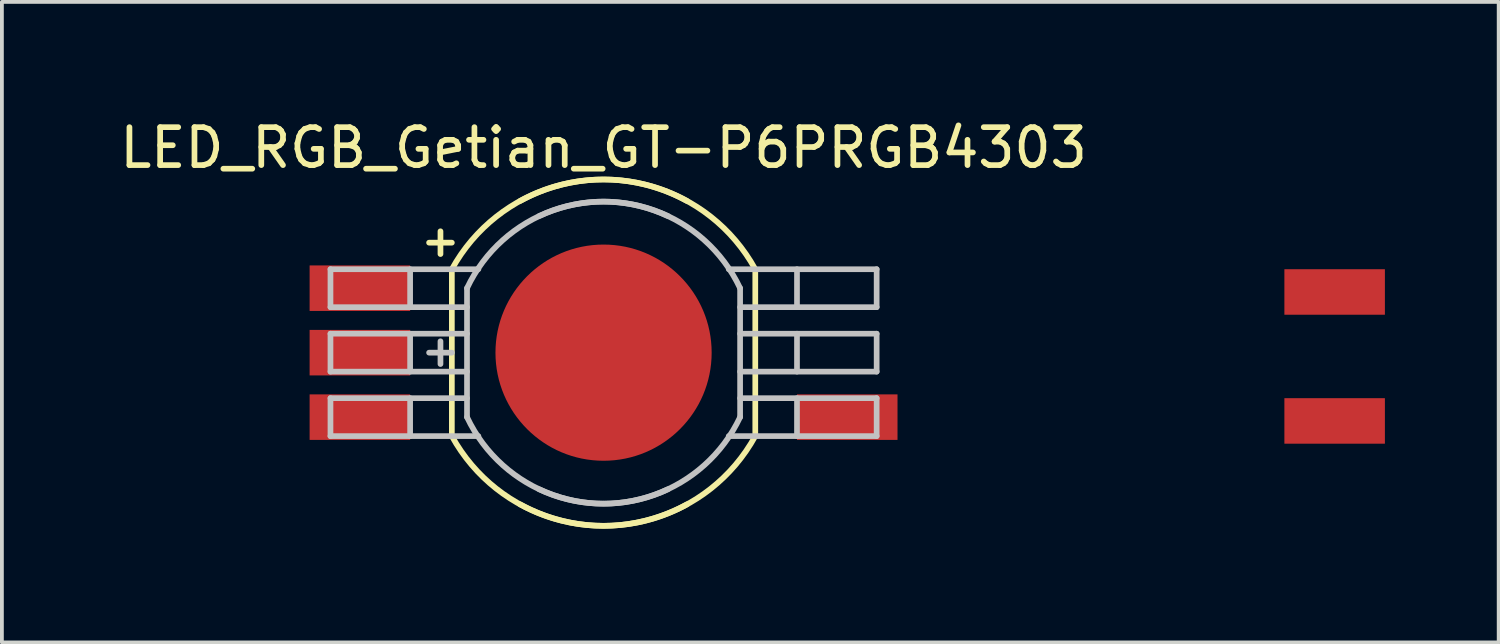
<source format=kicad_pcb>
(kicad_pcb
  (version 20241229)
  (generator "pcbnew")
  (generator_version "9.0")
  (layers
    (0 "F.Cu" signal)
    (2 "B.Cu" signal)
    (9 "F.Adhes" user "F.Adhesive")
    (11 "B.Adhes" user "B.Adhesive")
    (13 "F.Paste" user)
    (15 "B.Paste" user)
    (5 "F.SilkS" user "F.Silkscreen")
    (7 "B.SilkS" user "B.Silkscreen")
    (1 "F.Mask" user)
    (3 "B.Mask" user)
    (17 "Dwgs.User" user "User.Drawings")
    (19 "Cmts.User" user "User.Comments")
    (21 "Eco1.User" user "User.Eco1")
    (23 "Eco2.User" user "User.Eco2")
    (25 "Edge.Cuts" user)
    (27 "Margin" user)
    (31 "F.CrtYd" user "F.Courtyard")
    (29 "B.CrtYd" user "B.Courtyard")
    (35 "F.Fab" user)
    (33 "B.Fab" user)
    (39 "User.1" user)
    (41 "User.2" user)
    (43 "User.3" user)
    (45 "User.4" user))
  (footprint "LED_RGB_Getian_GT-P6PRGB4303"
    (layer "F.Cu")
    (at 12.863 6.248)
    (property "Reference" "LED_RGB_Getian_GT-P6PRGB4303" (at 0 -5.4 0) (layer "F.SilkS") (effects (font (size 1 1) (thickness 0.15))))
    (attr through_hole)
    (fp_line (start -4.3 -2.6) (end -4.3 -3.2) (stroke (width 0.15) (type solid)) (layer "F.SilkS"))
    (fp_line (start -4 -2.9) (end -4.6 -2.9) (stroke (width 0.15) (type solid)) (layer "F.SilkS"))
    (fp_line (start -4 2.2) (end -4 -2.2) (stroke (width 0.15) (type solid)) (layer "F.SilkS"))
    (fp_line (start 4 -2.2) (end 4 2.2) (stroke (width 0.15) (type solid)) (layer "F.SilkS"))
    (fp_arc (start -4 -2.2) (mid -1.272792 -4.384062) (end 2.2 -4) (stroke (width 0.15) (type solid)) (layer "F.SilkS"))
    (fp_arc (start -2.2 -4) (mid 1.272792 -4.384062) (end 4 -2.2) (stroke (width 0.15) (type solid)) (layer "F.SilkS"))
    (fp_arc (start 2.2 4) (mid -1.272792 4.384062) (end -4 2.2) (stroke (width 0.15) (type solid)) (layer "F.SilkS"))
    (fp_arc (start 4 2.2) (mid 1.272792 4.384062) (end -2.2 4) (stroke (width 0.15) (type solid)) (layer "F.SilkS"))
    (fp_line (start -7.2 -2.2) (end -3.3 -2.2) (stroke (width 0.15) (type solid)) (layer "Dwgs.User"))
    (fp_line (start -7.2 -1.2) (end -7.2 -2.2) (stroke (width 0.15) (type solid)) (layer "Dwgs.User"))
    (fp_line (start -7.2 -0.5) (end -7.2 0.5) (stroke (width 0.15) (type solid)) (layer "Dwgs.User"))
    (fp_line (start -7.2 0.5) (end -3.6 0.5) (stroke (width 0.15) (type solid)) (layer "Dwgs.User"))
    (fp_line (start -7.2 1.2) (end -7.2 2.2) (stroke (width 0.15) (type solid)) (layer "Dwgs.User"))
    (fp_line (start -7.2 1.2) (end -3.6 1.2) (stroke (width 0.15) (type solid)) (layer "Dwgs.User"))
    (fp_line (start -7.2 2.2) (end -3.3 2.2) (stroke (width 0.15) (type solid)) (layer "Dwgs.User"))
    (fp_line (start -5.1 -1.2) (end -5.1 -2.2) (stroke (width 0.15) (type solid)) (layer "Dwgs.User"))
    (fp_line (start -5.1 0.5) (end -5.1 -0.5) (stroke (width 0.15) (type solid)) (layer "Dwgs.User"))
    (fp_line (start -5.1 2.2) (end -5.1 1.2) (stroke (width 0.15) (type solid)) (layer "Dwgs.User"))
    (fp_line (start -4.6 0) (end -4 0) (stroke (width 0.15) (type solid)) (layer "Dwgs.User"))
    (fp_line (start -4.3 0.3) (end -4.3 -0.3) (stroke (width 0.15) (type solid)) (layer "Dwgs.User"))
    (fp_line (start -3.6 -1.2) (end -7.2 -1.2) (stroke (width 0.15) (type solid)) (layer "Dwgs.User"))
    (fp_line (start -3.6 -0.5) (end -7.2 -0.5) (stroke (width 0.15) (type solid)) (layer "Dwgs.User"))
    (fp_line (start -3.6 1.7) (end -3.6 -1.7) (stroke (width 0.15) (type solid)) (layer "Dwgs.User"))
    (fp_line (start 3.6 -1.2) (end 7.2 -1.2) (stroke (width 0.15) (type solid)) (layer "Dwgs.User"))
    (fp_line (start 3.6 -0.5) (end 7.2 -0.5) (stroke (width 0.15) (type solid)) (layer "Dwgs.User"))
    (fp_line (start 3.6 1.7) (end 3.6 -1.7) (stroke (width 0.15) (type solid)) (layer "Dwgs.User"))
    (fp_line (start 5.1 -1.2) (end 5.1 -2.2) (stroke (width 0.15) (type solid)) (layer "Dwgs.User"))
    (fp_line (start 5.1 0.5) (end 5.1 -0.5) (stroke (width 0.15) (type solid)) (layer "Dwgs.User"))
    (fp_line (start 5.1 2.2) (end 5.1 1.2) (stroke (width 0.15) (type solid)) (layer "Dwgs.User"))
    (fp_line (start 7.2 -2.2) (end 3.3 -2.2) (stroke (width 0.15) (type solid)) (layer "Dwgs.User"))
    (fp_line (start 7.2 -1.2) (end 7.2 -2.2) (stroke (width 0.15) (type solid)) (layer "Dwgs.User"))
    (fp_line (start 7.2 -0.5) (end 7.2 0.5) (stroke (width 0.15) (type solid)) (layer "Dwgs.User"))
    (fp_line (start 7.2 0.5) (end 3.6 0.5) (stroke (width 0.15) (type solid)) (layer "Dwgs.User"))
    (fp_line (start 7.2 1.2) (end 3.6 1.2) (stroke (width 0.15) (type solid)) (layer "Dwgs.User"))
    (fp_line (start 7.2 1.2) (end 7.2 2.2) (stroke (width 0.15) (type solid)) (layer "Dwgs.User"))
    (fp_line (start 7.2 2.2) (end 3.3 2.2) (stroke (width 0.15) (type solid)) (layer "Dwgs.User"))
    (fp_arc (start -3.6 -1.7) (mid -1.343503 -3.747666) (end 1.7 -3.6) (stroke (width 0.15) (type solid)) (layer "Dwgs.User"))
    (fp_arc (start -1.7 -3.6) (mid 1.343503 -3.747666) (end 3.6 -1.7) (stroke (width 0.15) (type solid)) (layer "Dwgs.User"))
    (fp_arc (start 1.7 3.6) (mid -1.343503 3.747666) (end -3.6 1.7) (stroke (width 0.15) (type solid)) (layer "Dwgs.User"))
    (fp_arc (start 3.6 1.7) (mid 1.343503 3.747666) (end -1.7 3.6) (stroke (width 0.15) (type solid)) (layer "Dwgs.User"))
    (pad "BA" smd rect (at -6.425 1.7) (size 2.65 1.2) (layers "F.Cu" "F.Mask" "F.Paste"))
    (pad "BC" smd rect (at 6.425 1.7 180) (size 2.65 1.2) (layers "F.Cu" "F.Mask" "F.Paste"))
    (pad "EP" smd circle (at 0 0) (size 5.7 5.7) (layers "F.Cu" "F.Mask" "F.Paste"))
    (pad "GA" smd rect (at -6.425 0) (size 2.65 1.2) (layers "F.Cu" "F.Mask" "F.Paste"))
    (pad "GC" smd rect (at 19.275 1.8 180) (size 2.65 1.2) (layers "F.Cu" "F.Mask" "F.Paste"))
    (pad "RA" smd rect (at -6.425 -1.7) (size 2.65 1.2) (layers "F.Cu" "F.Mask" "F.Paste"))
    (pad "RC" smd rect (at 19.275 -1.6 180) (size 2.65 1.2) (layers "F.Cu" "F.Mask" "F.Paste")))
  (gr_rect
    (start -3 -3)
    (end 36.463 13.888)
    (stroke (width 0.1) (type default))
    (fill no)
    (layer "Edge.Cuts")))
</source>
